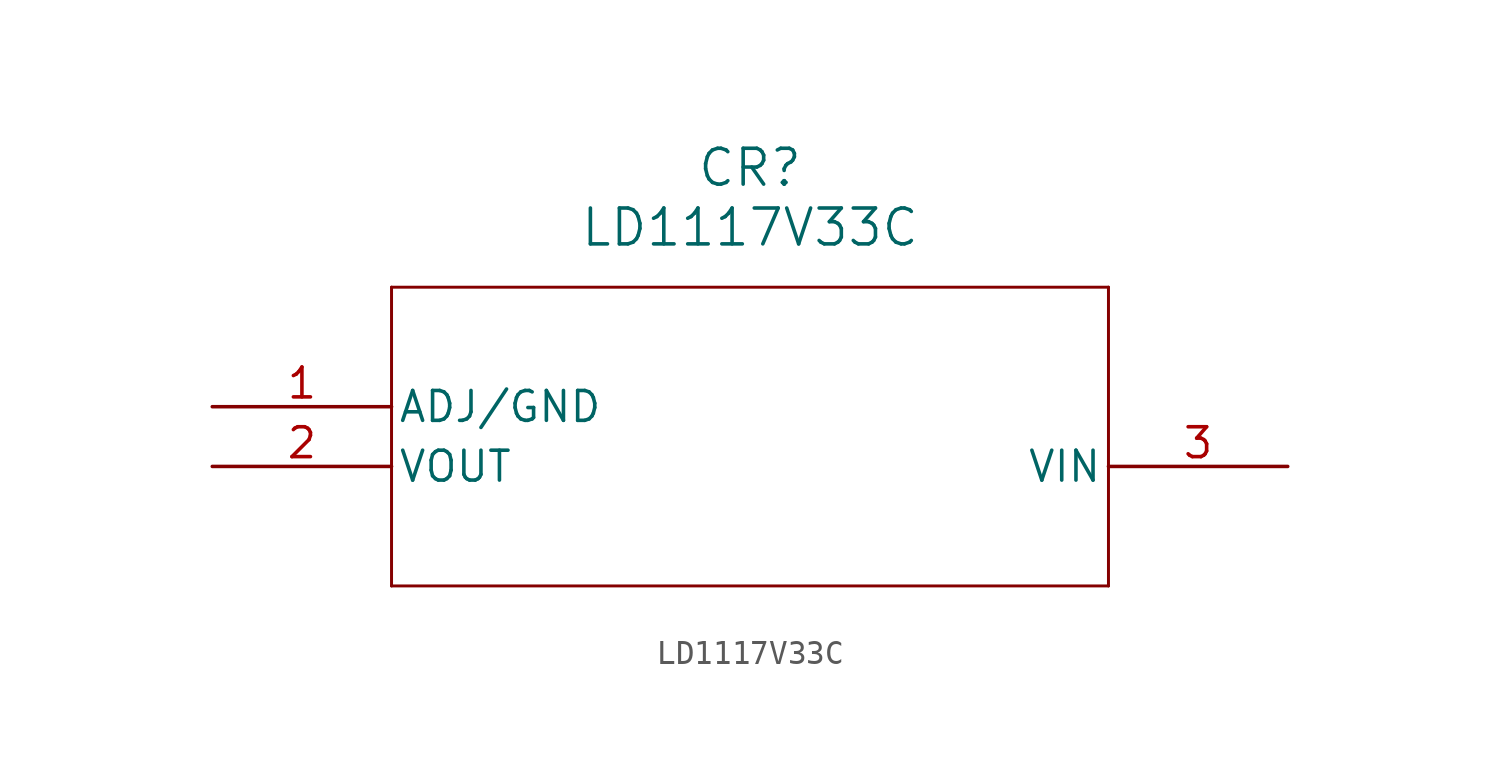
<source format=kicad_sym>
(kicad_symbol_lib
  (version 20211014)
  (generator kicad_symbol_editor)
  (symbol "LD1117V33C"
    (pin_names
      (offset 0.254))
    (property "Reference" "CR"
      (at 22.86 10.16 0)
      (effects (font (size 1.524 1.524))))
    (property "Value" "LD1117V33C"
      (at 22.86 7.62 0)
      (effects (font (size 1.524 1.524))))
    (symbol "LD1117V33C_0_1"
      (polyline (pts (xy 7.62 5.08) (xy 7.62 -7.62)) (stroke (width 0.127) (type default) (color 0 0 0 0)) (fill (type none)))
      (polyline (pts (xy 7.62 -7.62) (xy 38.1 -7.62)) (stroke (width 0.127) (type default) (color 0 0 0 0)) (fill (type none)))
      (polyline (pts (xy 38.1 -7.62) (xy 38.1 5.08)) (stroke (width 0.127) (type default) (color 0 0 0 0)) (fill (type none)))
      (polyline (pts (xy 38.1 5.08) (xy 7.62 5.08)) (stroke (width 0.127) (type default) (color 0 0 0 0)) (fill (type none)))
      (pin power_out line (at 0 0 0) (length 7.62) (name "ADJ/GND" (effects (font (size 1.27 1.27)))) (number "1" (effects (font (size 1.27 1.27)))))
      (pin power_in line (at 0 -2.54 0) (length 7.62) (name "VOUT" (effects (font (size 1.27 1.27)))) (number "2" (effects (font (size 1.27 1.27)))))
      (pin power_in line (at 45.72 -2.54 180) (length 7.62) (name "VIN" (effects (font (size 1.27 1.27)))) (number "3" (effects (font (size 1.27 1.27))))))))
</source>
